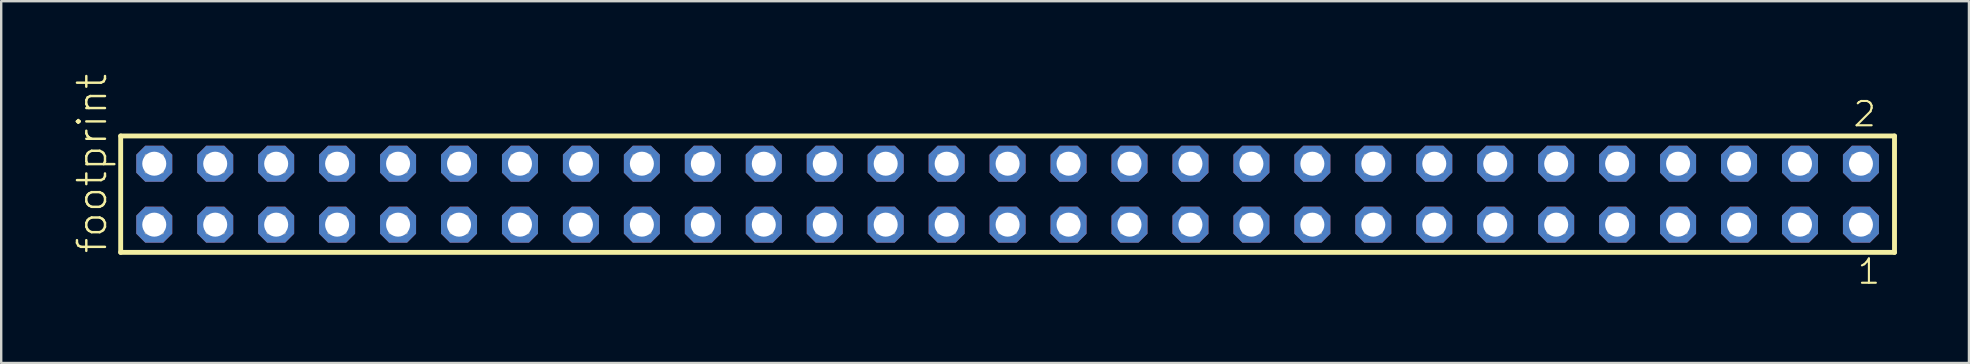
<source format=kicad_pcb>
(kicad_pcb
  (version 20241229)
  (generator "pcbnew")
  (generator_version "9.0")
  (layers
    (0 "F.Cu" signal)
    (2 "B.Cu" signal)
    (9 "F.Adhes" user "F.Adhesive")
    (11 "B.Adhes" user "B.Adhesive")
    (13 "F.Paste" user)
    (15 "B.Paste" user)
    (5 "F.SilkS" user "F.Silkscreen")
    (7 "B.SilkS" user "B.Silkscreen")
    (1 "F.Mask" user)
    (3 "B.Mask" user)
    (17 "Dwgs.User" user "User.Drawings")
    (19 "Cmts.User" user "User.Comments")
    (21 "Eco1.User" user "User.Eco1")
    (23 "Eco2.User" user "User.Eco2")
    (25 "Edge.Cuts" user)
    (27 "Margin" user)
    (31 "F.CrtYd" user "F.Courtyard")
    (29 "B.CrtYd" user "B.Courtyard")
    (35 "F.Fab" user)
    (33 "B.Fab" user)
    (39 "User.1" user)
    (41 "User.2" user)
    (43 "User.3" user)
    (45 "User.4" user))
  (footprint "footprint"
    (layer "F.Cu")
    (at 38.938 5.042)
    (property "Reference" "footprint" (at -37.465 2.54 90) (layer "F.SilkS") (effects (font (size 1.168 1.168) (thickness 0.102)) (justify left bottom)))
    (fp_line (start -36.959 -2.425) (end 36.959 -2.425) (stroke (width 0.203) (type solid)) (layer "F.SilkS"))
    (fp_line (start -36.959 2.425) (end -36.959 -2.425) (stroke (width 0.203) (type solid)) (layer "F.SilkS"))
    (fp_line (start 36.959 -2.425) (end 36.959 2.425) (stroke (width 0.203) (type solid)) (layer "F.SilkS"))
    (fp_line (start 36.959 2.425) (end -36.959 2.425) (stroke (width 0.203) (type solid)) (layer "F.SilkS"))
    (fp_poly (pts (xy -35.91 -0.92) (xy -35.21 -0.92) (xy -35.21 -1.62) (xy -35.91 -1.62)) (stroke (width 0.1) (type solid)) (fill no) (layer "F.Fab"))
    (fp_poly (pts (xy -35.91 1.62) (xy -35.21 1.62) (xy -35.21 0.92) (xy -35.91 0.92)) (stroke (width 0.1) (type solid)) (fill no) (layer "F.Fab"))
    (fp_poly (pts (xy -33.37 -0.92) (xy -32.67 -0.92) (xy -32.67 -1.62) (xy -33.37 -1.62)) (stroke (width 0.1) (type solid)) (fill no) (layer "F.Fab"))
    (fp_poly (pts (xy -33.37 1.62) (xy -32.67 1.62) (xy -32.67 0.92) (xy -33.37 0.92)) (stroke (width 0.1) (type solid)) (fill no) (layer "F.Fab"))
    (fp_poly (pts (xy -30.83 -0.92) (xy -30.13 -0.92) (xy -30.13 -1.62) (xy -30.83 -1.62)) (stroke (width 0.1) (type solid)) (fill no) (layer "F.Fab"))
    (fp_poly (pts (xy -30.83 1.62) (xy -30.13 1.62) (xy -30.13 0.92) (xy -30.83 0.92)) (stroke (width 0.1) (type solid)) (fill no) (layer "F.Fab"))
    (fp_poly (pts (xy -28.29 -0.92) (xy -27.59 -0.92) (xy -27.59 -1.62) (xy -28.29 -1.62)) (stroke (width 0.1) (type solid)) (fill no) (layer "F.Fab"))
    (fp_poly (pts (xy -28.29 1.62) (xy -27.59 1.62) (xy -27.59 0.92) (xy -28.29 0.92)) (stroke (width 0.1) (type solid)) (fill no) (layer "F.Fab"))
    (fp_poly (pts (xy -25.75 -0.92) (xy -25.05 -0.92) (xy -25.05 -1.62) (xy -25.75 -1.62)) (stroke (width 0.1) (type solid)) (fill no) (layer "F.Fab"))
    (fp_poly (pts (xy -25.75 1.62) (xy -25.05 1.62) (xy -25.05 0.92) (xy -25.75 0.92)) (stroke (width 0.1) (type solid)) (fill no) (layer "F.Fab"))
    (fp_poly (pts (xy -23.21 -0.92) (xy -22.51 -0.92) (xy -22.51 -1.62) (xy -23.21 -1.62)) (stroke (width 0.1) (type solid)) (fill no) (layer "F.Fab"))
    (fp_poly (pts (xy -23.21 1.62) (xy -22.51 1.62) (xy -22.51 0.92) (xy -23.21 0.92)) (stroke (width 0.1) (type solid)) (fill no) (layer "F.Fab"))
    (fp_poly (pts (xy -20.67 -0.92) (xy -19.97 -0.92) (xy -19.97 -1.62) (xy -20.67 -1.62)) (stroke (width 0.1) (type solid)) (fill no) (layer "F.Fab"))
    (fp_poly (pts (xy -20.67 1.62) (xy -19.97 1.62) (xy -19.97 0.92) (xy -20.67 0.92)) (stroke (width 0.1) (type solid)) (fill no) (layer "F.Fab"))
    (fp_poly (pts (xy -18.13 -0.92) (xy -17.43 -0.92) (xy -17.43 -1.62) (xy -18.13 -1.62)) (stroke (width 0.1) (type solid)) (fill no) (layer "F.Fab"))
    (fp_poly (pts (xy -18.13 1.62) (xy -17.43 1.62) (xy -17.43 0.92) (xy -18.13 0.92)) (stroke (width 0.1) (type solid)) (fill no) (layer "F.Fab"))
    (fp_poly (pts (xy -15.59 -0.92) (xy -14.89 -0.92) (xy -14.89 -1.62) (xy -15.59 -1.62)) (stroke (width 0.1) (type solid)) (fill no) (layer "F.Fab"))
    (fp_poly (pts (xy -15.59 1.62) (xy -14.89 1.62) (xy -14.89 0.92) (xy -15.59 0.92)) (stroke (width 0.1) (type solid)) (fill no) (layer "F.Fab"))
    (fp_poly (pts (xy -13.05 -0.92) (xy -12.35 -0.92) (xy -12.35 -1.62) (xy -13.05 -1.62)) (stroke (width 0.1) (type solid)) (fill no) (layer "F.Fab"))
    (fp_poly (pts (xy -13.05 1.62) (xy -12.35 1.62) (xy -12.35 0.92) (xy -13.05 0.92)) (stroke (width 0.1) (type solid)) (fill no) (layer "F.Fab"))
    (fp_poly (pts (xy -10.51 -0.92) (xy -9.81 -0.92) (xy -9.81 -1.62) (xy -10.51 -1.62)) (stroke (width 0.1) (type solid)) (fill no) (layer "F.Fab"))
    (fp_poly (pts (xy -10.51 1.62) (xy -9.81 1.62) (xy -9.81 0.92) (xy -10.51 0.92)) (stroke (width 0.1) (type solid)) (fill no) (layer "F.Fab"))
    (fp_poly (pts (xy -7.97 -0.92) (xy -7.27 -0.92) (xy -7.27 -1.62) (xy -7.97 -1.62)) (stroke (width 0.1) (type solid)) (fill no) (layer "F.Fab"))
    (fp_poly (pts (xy -7.97 1.62) (xy -7.27 1.62) (xy -7.27 0.92) (xy -7.97 0.92)) (stroke (width 0.1) (type solid)) (fill no) (layer "F.Fab"))
    (fp_poly (pts (xy -5.43 -0.92) (xy -4.73 -0.92) (xy -4.73 -1.62) (xy -5.43 -1.62)) (stroke (width 0.1) (type solid)) (fill no) (layer "F.Fab"))
    (fp_poly (pts (xy -5.43 1.62) (xy -4.73 1.62) (xy -4.73 0.92) (xy -5.43 0.92)) (stroke (width 0.1) (type solid)) (fill no) (layer "F.Fab"))
    (fp_poly (pts (xy -2.89 -0.92) (xy -2.19 -0.92) (xy -2.19 -1.62) (xy -2.89 -1.62)) (stroke (width 0.1) (type solid)) (fill no) (layer "F.Fab"))
    (fp_poly (pts (xy -2.89 1.62) (xy -2.19 1.62) (xy -2.19 0.92) (xy -2.89 0.92)) (stroke (width 0.1) (type solid)) (fill no) (layer "F.Fab"))
    (fp_poly (pts (xy -0.35 -0.92) (xy 0.35 -0.92) (xy 0.35 -1.62) (xy -0.35 -1.62)) (stroke (width 0.1) (type solid)) (fill no) (layer "F.Fab"))
    (fp_poly (pts (xy -0.35 1.62) (xy 0.35 1.62) (xy 0.35 0.92) (xy -0.35 0.92)) (stroke (width 0.1) (type solid)) (fill no) (layer "F.Fab"))
    (fp_poly (pts (xy 2.19 -0.92) (xy 2.89 -0.92) (xy 2.89 -1.62) (xy 2.19 -1.62)) (stroke (width 0.1) (type solid)) (fill no) (layer "F.Fab"))
    (fp_poly (pts (xy 2.19 1.62) (xy 2.89 1.62) (xy 2.89 0.92) (xy 2.19 0.92)) (stroke (width 0.1) (type solid)) (fill no) (layer "F.Fab"))
    (fp_poly (pts (xy 4.73 -0.92) (xy 5.43 -0.92) (xy 5.43 -1.62) (xy 4.73 -1.62)) (stroke (width 0.1) (type solid)) (fill no) (layer "F.Fab"))
    (fp_poly (pts (xy 4.73 1.62) (xy 5.43 1.62) (xy 5.43 0.92) (xy 4.73 0.92)) (stroke (width 0.1) (type solid)) (fill no) (layer "F.Fab"))
    (fp_poly (pts (xy 7.27 -0.92) (xy 7.97 -0.92) (xy 7.97 -1.62) (xy 7.27 -1.62)) (stroke (width 0.1) (type solid)) (fill no) (layer "F.Fab"))
    (fp_poly (pts (xy 7.27 1.62) (xy 7.97 1.62) (xy 7.97 0.92) (xy 7.27 0.92)) (stroke (width 0.1) (type solid)) (fill no) (layer "F.Fab"))
    (fp_poly (pts (xy 9.81 -0.92) (xy 10.51 -0.92) (xy 10.51 -1.62) (xy 9.81 -1.62)) (stroke (width 0.1) (type solid)) (fill no) (layer "F.Fab"))
    (fp_poly (pts (xy 9.81 1.62) (xy 10.51 1.62) (xy 10.51 0.92) (xy 9.81 0.92)) (stroke (width 0.1) (type solid)) (fill no) (layer "F.Fab"))
    (fp_poly (pts (xy 12.35 -0.92) (xy 13.05 -0.92) (xy 13.05 -1.62) (xy 12.35 -1.62)) (stroke (width 0.1) (type solid)) (fill no) (layer "F.Fab"))
    (fp_poly (pts (xy 12.35 1.62) (xy 13.05 1.62) (xy 13.05 0.92) (xy 12.35 0.92)) (stroke (width 0.1) (type solid)) (fill no) (layer "F.Fab"))
    (fp_poly (pts (xy 14.89 -0.92) (xy 15.59 -0.92) (xy 15.59 -1.62) (xy 14.89 -1.62)) (stroke (width 0.1) (type solid)) (fill no) (layer "F.Fab"))
    (fp_poly (pts (xy 14.89 1.62) (xy 15.59 1.62) (xy 15.59 0.92) (xy 14.89 0.92)) (stroke (width 0.1) (type solid)) (fill no) (layer "F.Fab"))
    (fp_poly (pts (xy 17.43 -0.92) (xy 18.13 -0.92) (xy 18.13 -1.62) (xy 17.43 -1.62)) (stroke (width 0.1) (type solid)) (fill no) (layer "F.Fab"))
    (fp_poly (pts (xy 17.43 1.62) (xy 18.13 1.62) (xy 18.13 0.92) (xy 17.43 0.92)) (stroke (width 0.1) (type solid)) (fill no) (layer "F.Fab"))
    (fp_poly (pts (xy 19.97 -0.92) (xy 20.67 -0.92) (xy 20.67 -1.62) (xy 19.97 -1.62)) (stroke (width 0.1) (type solid)) (fill no) (layer "F.Fab"))
    (fp_poly (pts (xy 19.97 1.62) (xy 20.67 1.62) (xy 20.67 0.92) (xy 19.97 0.92)) (stroke (width 0.1) (type solid)) (fill no) (layer "F.Fab"))
    (fp_poly (pts (xy 22.51 -0.92) (xy 23.21 -0.92) (xy 23.21 -1.62) (xy 22.51 -1.62)) (stroke (width 0.1) (type solid)) (fill no) (layer "F.Fab"))
    (fp_poly (pts (xy 22.51 1.62) (xy 23.21 1.62) (xy 23.21 0.92) (xy 22.51 0.92)) (stroke (width 0.1) (type solid)) (fill no) (layer "F.Fab"))
    (fp_poly (pts (xy 25.05 -0.92) (xy 25.75 -0.92) (xy 25.75 -1.62) (xy 25.05 -1.62)) (stroke (width 0.1) (type solid)) (fill no) (layer "F.Fab"))
    (fp_poly (pts (xy 25.05 1.62) (xy 25.75 1.62) (xy 25.75 0.92) (xy 25.05 0.92)) (stroke (width 0.1) (type solid)) (fill no) (layer "F.Fab"))
    (fp_poly (pts (xy 27.59 -0.92) (xy 28.29 -0.92) (xy 28.29 -1.62) (xy 27.59 -1.62)) (stroke (width 0.1) (type solid)) (fill no) (layer "F.Fab"))
    (fp_poly (pts (xy 27.59 1.62) (xy 28.29 1.62) (xy 28.29 0.92) (xy 27.59 0.92)) (stroke (width 0.1) (type solid)) (fill no) (layer "F.Fab"))
    (fp_poly (pts (xy 30.13 -0.92) (xy 30.83 -0.92) (xy 30.83 -1.62) (xy 30.13 -1.62)) (stroke (width 0.1) (type solid)) (fill no) (layer "F.Fab"))
    (fp_poly (pts (xy 30.13 1.62) (xy 30.83 1.62) (xy 30.83 0.92) (xy 30.13 0.92)) (stroke (width 0.1) (type solid)) (fill no) (layer "F.Fab"))
    (fp_poly (pts (xy 32.67 -0.92) (xy 33.37 -0.92) (xy 33.37 -1.62) (xy 32.67 -1.62)) (stroke (width 0.1) (type solid)) (fill no) (layer "F.Fab"))
    (fp_poly (pts (xy 32.67 1.62) (xy 33.37 1.62) (xy 33.37 0.92) (xy 32.67 0.92)) (stroke (width 0.1) (type solid)) (fill no) (layer "F.Fab"))
    (fp_poly (pts (xy 35.21 -0.92) (xy 35.91 -0.92) (xy 35.91 -1.62) (xy 35.21 -1.62)) (stroke (width 0.1) (type solid)) (fill no) (layer "F.Fab"))
    (fp_poly (pts (xy 35.21 1.62) (xy 35.91 1.62) (xy 35.91 0.92) (xy 35.21 0.92)) (stroke (width 0.1) (type solid)) (fill no) (layer "F.Fab"))
    (fp_text user "2" (at 35.177 -2.744 0) (layer "F.SilkS") (effects (font (size 1.012 1.012) (thickness 0.088)) (justify left bottom)))
    (fp_text user "1" (at 35.352 3.818 0) (layer "F.SilkS") (effects (font (size 1.012 1.012) (thickness 0.088)) (justify left bottom)))
    (pad "1" thru_hole roundrect (at 35.56 1.27 180) (size 1.5 1.5) (drill 1) (layers "*.Cu" "*.Mask") (roundrect_rratio 0.25) (chamfer_ratio 0.25) (chamfer top_left top_right bottom_left bottom_right))
    (pad "2" thru_hole roundrect (at 35.56 -1.27 180) (size 1.5 1.5) (drill 1) (layers "*.Cu" "*.Mask") (roundrect_rratio 0.25) (chamfer_ratio 0.25) (chamfer top_left top_right bottom_left bottom_right))
    (pad "3" thru_hole roundrect (at 33.02 1.27 180) (size 1.5 1.5) (drill 1) (layers "*.Cu" "*.Mask") (roundrect_rratio 0.25) (chamfer_ratio 0.25) (chamfer top_left top_right bottom_left bottom_right))
    (pad "4" thru_hole roundrect (at 33.02 -1.27 180) (size 1.5 1.5) (drill 1) (layers "*.Cu" "*.Mask") (roundrect_rratio 0.25) (chamfer_ratio 0.25) (chamfer top_left top_right bottom_left bottom_right))
    (pad "5" thru_hole roundrect (at 30.48 1.27 180) (size 1.5 1.5) (drill 1) (layers "*.Cu" "*.Mask") (roundrect_rratio 0.25) (chamfer_ratio 0.25) (chamfer top_left top_right bottom_left bottom_right))
    (pad "6" thru_hole roundrect (at 30.48 -1.27 180) (size 1.5 1.5) (drill 1) (layers "*.Cu" "*.Mask") (roundrect_rratio 0.25) (chamfer_ratio 0.25) (chamfer top_left top_right bottom_left bottom_right))
    (pad "7" thru_hole roundrect (at 27.94 1.27 180) (size 1.5 1.5) (drill 1) (layers "*.Cu" "*.Mask") (roundrect_rratio 0.25) (chamfer_ratio 0.25) (chamfer top_left top_right bottom_left bottom_right))
    (pad "8" thru_hole roundrect (at 27.94 -1.27 180) (size 1.5 1.5) (drill 1) (layers "*.Cu" "*.Mask") (roundrect_rratio 0.25) (chamfer_ratio 0.25) (chamfer top_left top_right bottom_left bottom_right))
    (pad "9" thru_hole roundrect (at 25.4 1.27 180) (size 1.5 1.5) (drill 1) (layers "*.Cu" "*.Mask") (roundrect_rratio 0.25) (chamfer_ratio 0.25) (chamfer top_left top_right bottom_left bottom_right))
    (pad "10" thru_hole roundrect (at 25.4 -1.27 180) (size 1.5 1.5) (drill 1) (layers "*.Cu" "*.Mask") (roundrect_rratio 0.25) (chamfer_ratio 0.25) (chamfer top_left top_right bottom_left bottom_right))
    (pad "11" thru_hole roundrect (at 22.86 1.27 180) (size 1.5 1.5) (drill 1) (layers "*.Cu" "*.Mask") (roundrect_rratio 0.25) (chamfer_ratio 0.25) (chamfer top_left top_right bottom_left bottom_right))
    (pad "12" thru_hole roundrect (at 22.86 -1.27 180) (size 1.5 1.5) (drill 1) (layers "*.Cu" "*.Mask") (roundrect_rratio 0.25) (chamfer_ratio 0.25) (chamfer top_left top_right bottom_left bottom_right))
    (pad "13" thru_hole roundrect (at 20.32 1.27 180) (size 1.5 1.5) (drill 1) (layers "*.Cu" "*.Mask") (roundrect_rratio 0.25) (chamfer_ratio 0.25) (chamfer top_left top_right bottom_left bottom_right))
    (pad "14" thru_hole roundrect (at 20.32 -1.27 180) (size 1.5 1.5) (drill 1) (layers "*.Cu" "*.Mask") (roundrect_rratio 0.25) (chamfer_ratio 0.25) (chamfer top_left top_right bottom_left bottom_right))
    (pad "15" thru_hole roundrect (at 17.78 1.27 180) (size 1.5 1.5) (drill 1) (layers "*.Cu" "*.Mask") (roundrect_rratio 0.25) (chamfer_ratio 0.25) (chamfer top_left top_right bottom_left bottom_right))
    (pad "16" thru_hole roundrect (at 17.78 -1.27 180) (size 1.5 1.5) (drill 1) (layers "*.Cu" "*.Mask") (roundrect_rratio 0.25) (chamfer_ratio 0.25) (chamfer top_left top_right bottom_left bottom_right))
    (pad "17" thru_hole roundrect (at 15.24 1.27 180) (size 1.5 1.5) (drill 1) (layers "*.Cu" "*.Mask") (roundrect_rratio 0.25) (chamfer_ratio 0.25) (chamfer top_left top_right bottom_left bottom_right))
    (pad "18" thru_hole roundrect (at 15.24 -1.27 180) (size 1.5 1.5) (drill 1) (layers "*.Cu" "*.Mask") (roundrect_rratio 0.25) (chamfer_ratio 0.25) (chamfer top_left top_right bottom_left bottom_right))
    (pad "19" thru_hole roundrect (at 12.7 1.27 180) (size 1.5 1.5) (drill 1) (layers "*.Cu" "*.Mask") (roundrect_rratio 0.25) (chamfer_ratio 0.25) (chamfer top_left top_right bottom_left bottom_right))
    (pad "20" thru_hole roundrect (at 12.7 -1.27 180) (size 1.5 1.5) (drill 1) (layers "*.Cu" "*.Mask") (roundrect_rratio 0.25) (chamfer_ratio 0.25) (chamfer top_left top_right bottom_left bottom_right))
    (pad "21" thru_hole roundrect (at 10.16 1.27 180) (size 1.5 1.5) (drill 1) (layers "*.Cu" "*.Mask") (roundrect_rratio 0.25) (chamfer_ratio 0.25) (chamfer top_left top_right bottom_left bottom_right))
    (pad "22" thru_hole roundrect (at 10.16 -1.27 180) (size 1.5 1.5) (drill 1) (layers "*.Cu" "*.Mask") (roundrect_rratio 0.25) (chamfer_ratio 0.25) (chamfer top_left top_right bottom_left bottom_right))
    (pad "23" thru_hole roundrect (at 7.62 1.27 180) (size 1.5 1.5) (drill 1) (layers "*.Cu" "*.Mask") (roundrect_rratio 0.25) (chamfer_ratio 0.25) (chamfer top_left top_right bottom_left bottom_right))
    (pad "24" thru_hole roundrect (at 7.62 -1.27 180) (size 1.5 1.5) (drill 1) (layers "*.Cu" "*.Mask") (roundrect_rratio 0.25) (chamfer_ratio 0.25) (chamfer top_left top_right bottom_left bottom_right))
    (pad "25" thru_hole roundrect (at 5.08 1.27 180) (size 1.5 1.5) (drill 1) (layers "*.Cu" "*.Mask") (roundrect_rratio 0.25) (chamfer_ratio 0.25) (chamfer top_left top_right bottom_left bottom_right))
    (pad "26" thru_hole roundrect (at 5.08 -1.27 180) (size 1.5 1.5) (drill 1) (layers "*.Cu" "*.Mask") (roundrect_rratio 0.25) (chamfer_ratio 0.25) (chamfer top_left top_right bottom_left bottom_right))
    (pad "27" thru_hole roundrect (at 2.54 1.27 180) (size 1.5 1.5) (drill 1) (layers "*.Cu" "*.Mask") (roundrect_rratio 0.25) (chamfer_ratio 0.25) (chamfer top_left top_right bottom_left bottom_right))
    (pad "28" thru_hole roundrect (at 2.54 -1.27 180) (size 1.5 1.5) (drill 1) (layers "*.Cu" "*.Mask") (roundrect_rratio 0.25) (chamfer_ratio 0.25) (chamfer top_left top_right bottom_left bottom_right))
    (pad "29" thru_hole roundrect (at 0 1.27 180) (size 1.5 1.5) (drill 1) (layers "*.Cu" "*.Mask") (roundrect_rratio 0.25) (chamfer_ratio 0.25) (chamfer top_left top_right bottom_left bottom_right))
    (pad "30" thru_hole roundrect (at 0 -1.27 180) (size 1.5 1.5) (drill 1) (layers "*.Cu" "*.Mask") (roundrect_rratio 0.25) (chamfer_ratio 0.25) (chamfer top_left top_right bottom_left bottom_right))
    (pad "31" thru_hole roundrect (at -2.54 1.27 180) (size 1.5 1.5) (drill 1) (layers "*.Cu" "*.Mask") (roundrect_rratio 0.25) (chamfer_ratio 0.25) (chamfer top_left top_right bottom_left bottom_right))
    (pad "32" thru_hole roundrect (at -2.54 -1.27 180) (size 1.5 1.5) (drill 1) (layers "*.Cu" "*.Mask") (roundrect_rratio 0.25) (chamfer_ratio 0.25) (chamfer top_left top_right bottom_left bottom_right))
    (pad "33" thru_hole roundrect (at -5.08 1.27 180) (size 1.5 1.5) (drill 1) (layers "*.Cu" "*.Mask") (roundrect_rratio 0.25) (chamfer_ratio 0.25) (chamfer top_left top_right bottom_left bottom_right))
    (pad "34" thru_hole roundrect (at -5.08 -1.27 180) (size 1.5 1.5) (drill 1) (layers "*.Cu" "*.Mask") (roundrect_rratio 0.25) (chamfer_ratio 0.25) (chamfer top_left top_right bottom_left bottom_right))
    (pad "35" thru_hole roundrect (at -7.62 1.27 180) (size 1.5 1.5) (drill 1) (layers "*.Cu" "*.Mask") (roundrect_rratio 0.25) (chamfer_ratio 0.25) (chamfer top_left top_right bottom_left bottom_right))
    (pad "36" thru_hole roundrect (at -7.62 -1.27 180) (size 1.5 1.5) (drill 1) (layers "*.Cu" "*.Mask") (roundrect_rratio 0.25) (chamfer_ratio 0.25) (chamfer top_left top_right bottom_left bottom_right))
    (pad "37" thru_hole roundrect (at -10.16 1.27 180) (size 1.5 1.5) (drill 1) (layers "*.Cu" "*.Mask") (roundrect_rratio 0.25) (chamfer_ratio 0.25) (chamfer top_left top_right bottom_left bottom_right))
    (pad "38" thru_hole roundrect (at -10.16 -1.27 180) (size 1.5 1.5) (drill 1) (layers "*.Cu" "*.Mask") (roundrect_rratio 0.25) (chamfer_ratio 0.25) (chamfer top_left top_right bottom_left bottom_right))
    (pad "39" thru_hole roundrect (at -12.7 1.27 180) (size 1.5 1.5) (drill 1) (layers "*.Cu" "*.Mask") (roundrect_rratio 0.25) (chamfer_ratio 0.25) (chamfer top_left top_right bottom_left bottom_right))
    (pad "40" thru_hole roundrect (at -12.7 -1.27 180) (size 1.5 1.5) (drill 1) (layers "*.Cu" "*.Mask") (roundrect_rratio 0.25) (chamfer_ratio 0.25) (chamfer top_left top_right bottom_left bottom_right))
    (pad "41" thru_hole roundrect (at -15.24 1.27 180) (size 1.5 1.5) (drill 1) (layers "*.Cu" "*.Mask") (roundrect_rratio 0.25) (chamfer_ratio 0.25) (chamfer top_left top_right bottom_left bottom_right))
    (pad "42" thru_hole roundrect (at -15.24 -1.27 180) (size 1.5 1.5) (drill 1) (layers "*.Cu" "*.Mask") (roundrect_rratio 0.25) (chamfer_ratio 0.25) (chamfer top_left top_right bottom_left bottom_right))
    (pad "43" thru_hole roundrect (at -17.78 1.27 180) (size 1.5 1.5) (drill 1) (layers "*.Cu" "*.Mask") (roundrect_rratio 0.25) (chamfer_ratio 0.25) (chamfer top_left top_right bottom_left bottom_right))
    (pad "44" thru_hole roundrect (at -17.78 -1.27 180) (size 1.5 1.5) (drill 1) (layers "*.Cu" "*.Mask") (roundrect_rratio 0.25) (chamfer_ratio 0.25) (chamfer top_left top_right bottom_left bottom_right))
    (pad "45" thru_hole roundrect (at -20.32 1.27 180) (size 1.5 1.5) (drill 1) (layers "*.Cu" "*.Mask") (roundrect_rratio 0.25) (chamfer_ratio 0.25) (chamfer top_left top_right bottom_left bottom_right))
    (pad "46" thru_hole roundrect (at -20.32 -1.27 180) (size 1.5 1.5) (drill 1) (layers "*.Cu" "*.Mask") (roundrect_rratio 0.25) (chamfer_ratio 0.25) (chamfer top_left top_right bottom_left bottom_right))
    (pad "47" thru_hole roundrect (at -22.86 1.27 180) (size 1.5 1.5) (drill 1) (layers "*.Cu" "*.Mask") (roundrect_rratio 0.25) (chamfer_ratio 0.25) (chamfer top_left top_right bottom_left bottom_right))
    (pad "48" thru_hole roundrect (at -22.86 -1.27 180) (size 1.5 1.5) (drill 1) (layers "*.Cu" "*.Mask") (roundrect_rratio 0.25) (chamfer_ratio 0.25) (chamfer top_left top_right bottom_left bottom_right))
    (pad "49" thru_hole roundrect (at -25.4 1.27 180) (size 1.5 1.5) (drill 1) (layers "*.Cu" "*.Mask") (roundrect_rratio 0.25) (chamfer_ratio 0.25) (chamfer top_left top_right bottom_left bottom_right))
    (pad "50" thru_hole roundrect (at -25.4 -1.27 180) (size 1.5 1.5) (drill 1) (layers "*.Cu" "*.Mask") (roundrect_rratio 0.25) (chamfer_ratio 0.25) (chamfer top_left top_right bottom_left bottom_right))
    (pad "51" thru_hole roundrect (at -27.94 1.27 180) (size 1.5 1.5) (drill 1) (layers "*.Cu" "*.Mask") (roundrect_rratio 0.25) (chamfer_ratio 0.25) (chamfer top_left top_right bottom_left bottom_right))
    (pad "52" thru_hole roundrect (at -27.94 -1.27 180) (size 1.5 1.5) (drill 1) (layers "*.Cu" "*.Mask") (roundrect_rratio 0.25) (chamfer_ratio 0.25) (chamfer top_left top_right bottom_left bottom_right))
    (pad "53" thru_hole roundrect (at -30.48 1.27 180) (size 1.5 1.5) (drill 1) (layers "*.Cu" "*.Mask") (roundrect_rratio 0.25) (chamfer_ratio 0.25) (chamfer top_left top_right bottom_left bottom_right))
    (pad "54" thru_hole roundrect (at -30.48 -1.27 180) (size 1.5 1.5) (drill 1) (layers "*.Cu" "*.Mask") (roundrect_rratio 0.25) (chamfer_ratio 0.25) (chamfer top_left top_right bottom_left bottom_right))
    (pad "55" thru_hole roundrect (at -33.02 1.27 180) (size 1.5 1.5) (drill 1) (layers "*.Cu" "*.Mask") (roundrect_rratio 0.25) (chamfer_ratio 0.25) (chamfer top_left top_right bottom_left bottom_right))
    (pad "56" thru_hole roundrect (at -33.02 -1.27 180) (size 1.5 1.5) (drill 1) (layers "*.Cu" "*.Mask") (roundrect_rratio 0.25) (chamfer_ratio 0.25) (chamfer top_left top_right bottom_left bottom_right))
    (pad "57" thru_hole roundrect (at -35.56 1.27 180) (size 1.5 1.5) (drill 1) (layers "*.Cu" "*.Mask") (roundrect_rratio 0.25) (chamfer_ratio 0.25) (chamfer top_left top_right bottom_left bottom_right))
    (pad "58" thru_hole roundrect (at -35.56 -1.27 180) (size 1.5 1.5) (drill 1) (layers "*.Cu" "*.Mask") (roundrect_rratio 0.25) (chamfer_ratio 0.25) (chamfer top_left top_right bottom_left bottom_right)))
  (gr_rect
    (start -3 -3)
    (end 78.999 12.077)
    (stroke (width 0.1) (type default))
    (fill no)
    (layer "Edge.Cuts")))
</source>
